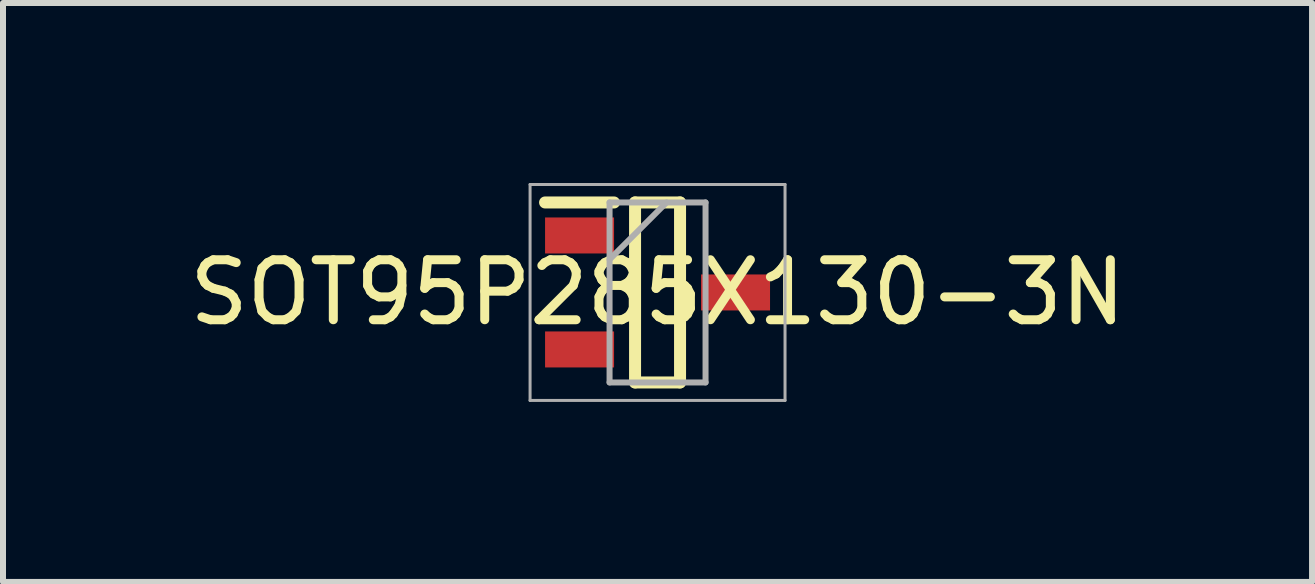
<source format=kicad_pcb>
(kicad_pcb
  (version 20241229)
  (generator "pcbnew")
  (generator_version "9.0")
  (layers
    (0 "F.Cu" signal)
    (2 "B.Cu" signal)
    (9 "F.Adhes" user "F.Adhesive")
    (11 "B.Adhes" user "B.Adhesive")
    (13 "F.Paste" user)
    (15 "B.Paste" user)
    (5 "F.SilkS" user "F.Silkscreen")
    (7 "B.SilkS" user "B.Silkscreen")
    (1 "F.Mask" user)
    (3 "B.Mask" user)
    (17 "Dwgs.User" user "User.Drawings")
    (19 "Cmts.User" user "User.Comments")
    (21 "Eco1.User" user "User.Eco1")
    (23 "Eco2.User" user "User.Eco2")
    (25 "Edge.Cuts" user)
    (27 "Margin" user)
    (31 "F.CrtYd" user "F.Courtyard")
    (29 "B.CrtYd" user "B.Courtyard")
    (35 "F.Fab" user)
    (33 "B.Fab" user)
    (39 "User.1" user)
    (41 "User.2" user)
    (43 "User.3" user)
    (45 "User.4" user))
  (footprint "SOT95P285X130-3N"
    (layer "F.Cu")
    (at 7.911 1.825)
    (property "Reference" "SOT95P285X130-3N" (at 0 0 0) (layer "F.SilkS") (effects (font (size 1 1) (thickness 0.15))))
    (attr smd)
    (fp_line (start -1.875 -1.5) (end -0.725 -1.5) (stroke (width 0.2) (type solid)) (layer "F.SilkS"))
    (fp_line (start -0.375 -1.5) (end 0.375 -1.5) (stroke (width 0.2) (type solid)) (layer "F.SilkS"))
    (fp_line (start -0.375 1.5) (end -0.375 -1.5) (stroke (width 0.2) (type solid)) (layer "F.SilkS"))
    (fp_line (start 0.375 -1.5) (end 0.375 1.5) (stroke (width 0.2) (type solid)) (layer "F.SilkS"))
    (fp_line (start 0.375 1.5) (end -0.375 1.5) (stroke (width 0.2) (type solid)) (layer "F.SilkS"))
    (fp_line (start -2.125 -1.8) (end 2.125 -1.8) (stroke (width 0.05) (type solid)) (layer "F.Fab"))
    (fp_line (start -2.125 1.8) (end -2.125 -1.8) (stroke (width 0.05) (type solid)) (layer "F.Fab"))
    (fp_line (start -0.8 -1.5) (end 0.8 -1.5) (stroke (width 0.1) (type solid)) (layer "F.Fab"))
    (fp_line (start -0.8 -0.55) (end 0.15 -1.5) (stroke (width 0.1) (type solid)) (layer "F.Fab"))
    (fp_line (start -0.8 1.5) (end -0.8 -1.5) (stroke (width 0.1) (type solid)) (layer "F.Fab"))
    (fp_line (start 0.8 -1.5) (end 0.8 1.5) (stroke (width 0.1) (type solid)) (layer "F.Fab"))
    (fp_line (start 0.8 1.5) (end -0.8 1.5) (stroke (width 0.1) (type solid)) (layer "F.Fab"))
    (fp_line (start 2.125 -1.8) (end 2.125 1.8) (stroke (width 0.05) (type solid)) (layer "F.Fab"))
    (fp_line (start 2.125 1.8) (end -2.125 1.8) (stroke (width 0.05) (type solid)) (layer "F.Fab"))
    (pad "1" smd rect (at -1.3 -0.95) (size 1.15 0.6) (layers "F.Cu" "F.Mask" "F.Paste"))
    (pad "2" smd rect (at -1.3 0.95) (size 1.15 0.6) (layers "F.Cu" "F.Mask" "F.Paste"))
    (pad "3" smd rect (at 1.3 0) (size 1.15 0.6) (layers "F.Cu" "F.Mask" "F.Paste")))
  (gr_rect
    (start -3 -3)
    (end 18.821 6.65)
    (stroke (width 0.1) (type default))
    (fill no)
    (layer "Edge.Cuts")))
</source>
